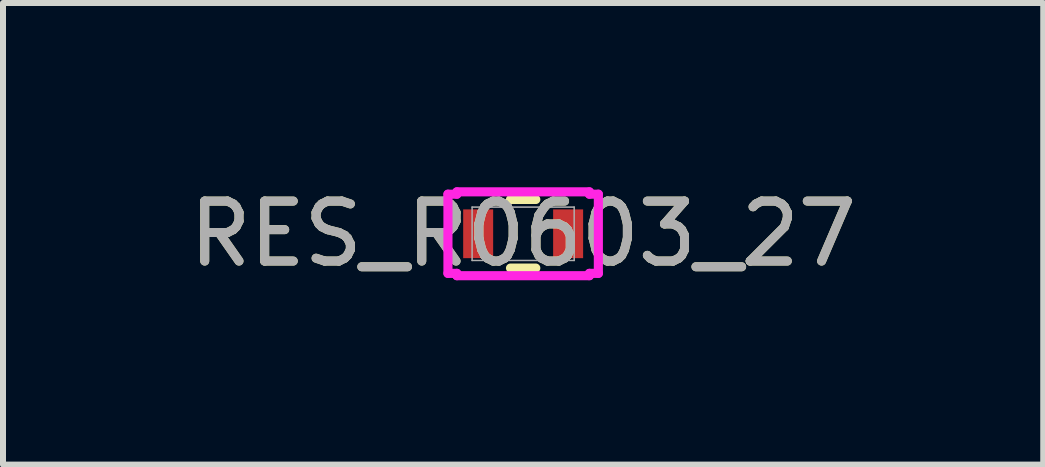
<source format=kicad_pcb>
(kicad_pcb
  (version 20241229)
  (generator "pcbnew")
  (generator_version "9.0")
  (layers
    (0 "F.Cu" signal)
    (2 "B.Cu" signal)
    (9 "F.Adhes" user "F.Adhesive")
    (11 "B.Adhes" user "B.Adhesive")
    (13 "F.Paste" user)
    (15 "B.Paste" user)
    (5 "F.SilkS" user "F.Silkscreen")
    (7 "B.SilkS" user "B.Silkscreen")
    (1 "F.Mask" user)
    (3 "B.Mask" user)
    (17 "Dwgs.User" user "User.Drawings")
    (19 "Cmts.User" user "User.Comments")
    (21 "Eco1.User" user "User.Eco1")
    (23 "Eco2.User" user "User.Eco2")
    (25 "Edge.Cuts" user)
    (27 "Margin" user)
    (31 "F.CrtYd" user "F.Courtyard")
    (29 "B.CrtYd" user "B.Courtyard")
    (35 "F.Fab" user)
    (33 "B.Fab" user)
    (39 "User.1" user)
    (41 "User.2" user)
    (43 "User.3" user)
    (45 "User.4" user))
  (footprint "RES_R0603_27"
    (layer "F.Cu")
    (at 5.673 0.848)
    (property "Reference" "RES_R0603_27" (at 0 0 0) (unlocked yes) (layer "F.SilkS") (effects (font (size 1 1) (thickness 0.15))))
    (attr smd)
    (fp_line (start -0.211 0.572) (end 0.211 0.572) (stroke (width 0.152) (type solid)) (layer "F.SilkS"))
    (fp_line (start 0.211 -0.572) (end -0.211 -0.572) (stroke (width 0.152) (type solid)) (layer "F.SilkS"))
    (fp_line (start -1.254 -0.66) (end -1.105 -0.66) (stroke (width 0.152) (type solid)) (layer "F.CrtYd"))
    (fp_line (start -1.254 0.66) (end -1.254 -0.66) (stroke (width 0.152) (type solid)) (layer "F.CrtYd"))
    (fp_line (start -1.105 -0.699) (end 1.105 -0.699) (stroke (width 0.152) (type solid)) (layer "F.CrtYd"))
    (fp_line (start -1.105 -0.66) (end -1.105 -0.699) (stroke (width 0.152) (type solid)) (layer "F.CrtYd"))
    (fp_line (start -1.105 0.66) (end -1.254 0.66) (stroke (width 0.152) (type solid)) (layer "F.CrtYd"))
    (fp_line (start -1.105 0.699) (end -1.105 0.66) (stroke (width 0.152) (type solid)) (layer "F.CrtYd"))
    (fp_line (start 1.105 -0.699) (end 1.105 -0.66) (stroke (width 0.152) (type solid)) (layer "F.CrtYd"))
    (fp_line (start 1.105 -0.66) (end 1.254 -0.66) (stroke (width 0.152) (type solid)) (layer "F.CrtYd"))
    (fp_line (start 1.105 0.66) (end 1.105 0.699) (stroke (width 0.152) (type solid)) (layer "F.CrtYd"))
    (fp_line (start 1.105 0.699) (end -1.105 0.699) (stroke (width 0.152) (type solid)) (layer "F.CrtYd"))
    (fp_line (start 1.254 -0.66) (end 1.254 0.66) (stroke (width 0.152) (type solid)) (layer "F.CrtYd"))
    (fp_line (start 1.254 0.66) (end 1.105 0.66) (stroke (width 0.152) (type solid)) (layer "F.CrtYd"))
    (fp_line (start -0.851 -0.445) (end -0.851 0.445) (stroke (width 0.025) (type solid)) (layer "F.Fab"))
    (fp_line (start -0.851 0.445) (end 0.851 0.445) (stroke (width 0.025) (type solid)) (layer "F.Fab"))
    (fp_line (start 0.851 -0.445) (end -0.851 -0.445) (stroke (width 0.025) (type solid)) (layer "F.Fab"))
    (fp_line (start 0.851 0.445) (end 0.851 -0.445) (stroke (width 0.025) (type solid)) (layer "F.Fab"))
    (fp_text user "${REFERENCE}" (at 0 0 0) (unlocked yes) (layer "F.Fab") (effects (font (size 1 1) (thickness 0.15))))
    (pad "1" smd rect (at -0.75 0) (size 0.5 0.813) (layers "F.Cu" "F.Mask" "F.Paste"))
    (pad "2" smd rect (at 0.75 0) (size 0.5 0.813) (layers "F.Cu" "F.Mask" "F.Paste"))
    (zone (net_name "") (layer "F.Cu") (hatch full 0.508) (connect_pads) (min_thickness 0.254) (filled_areas_thickness no) (keepout (tracks not_allowed) (vias not_allowed) (pads allowed) (copperpour not_allowed) (footprints allowed)) (placement (enabled no)) (fill) (polygon (pts (xy 5.223 0.455) (xy 6.122 0.455) (xy 6.122 1.242) (xy 5.223 1.242)))))
  (gr_rect
    (start -3 -3)
    (end 14.345 4.697)
    (stroke (width 0.1) (type default))
    (fill no)
    (layer "Edge.Cuts")))
</source>
